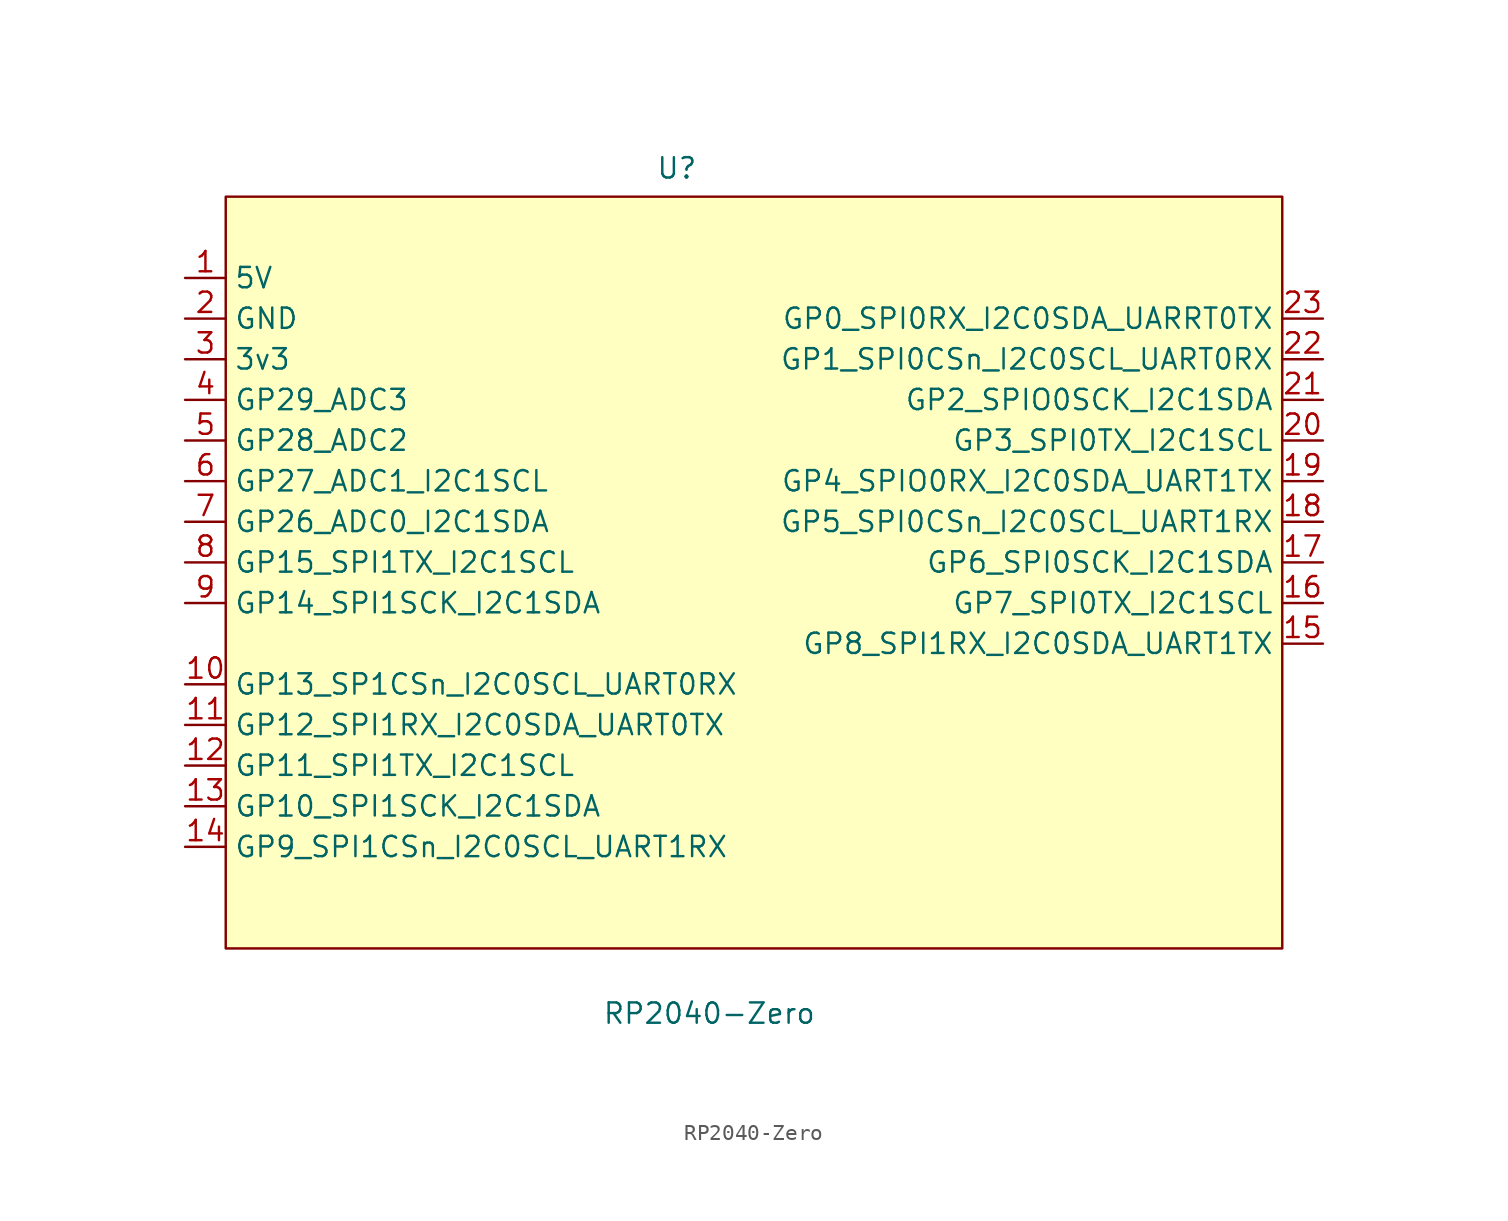
<source format=kicad_sym>
(kicad_symbol_lib
  (version 20231120)
  (generator "kicad_symbol_editor")
  (generator_version "8.0")
  (symbol "RP2040-Zero"
    (property "Reference" "U"
      (at -2.286 24.638 0)
      (effects (font (size 1.27 1.27))))
    (property "Value" "RP2040-Zero"
      (at -0.254 -28.194 0)
      (effects (font (size 1.27 1.27))))
    (symbol "RP2040-Zero_1_1"
      (rectangle (start -30.48 22.86) (end 35.56 -24.13) (stroke (width 0) (type default)) (fill (type background)))
      (pin power_in line (at -33.02 17.78 0) (length 2.54) (name "5V" (effects (font (size 1.27 1.27)))) (number "1" (effects (font (size 1.27 1.27)))))
      (pin bidirectional line (at -33.02 -7.62 0) (length 2.54) (name "GP13_SP1CSn_I2C0SCL_UART0RX" (effects (font (size 1.27 1.27)))) (number "10" (effects (font (size 1.27 1.27)))))
      (pin bidirectional line (at -33.02 -10.16 0) (length 2.54) (name "GP12_SPI1RX_I2C0SDA_UART0TX" (effects (font (size 1.27 1.27)))) (number "11" (effects (font (size 1.27 1.27)))))
      (pin bidirectional line (at -33.02 -12.7 0) (length 2.54) (name "GP11_SPI1TX_I2C1SCL" (effects (font (size 1.27 1.27)))) (number "12" (effects (font (size 1.27 1.27)))))
      (pin bidirectional line (at -33.02 -15.24 0) (length 2.54) (name "GP10_SPI1SCK_I2C1SDA" (effects (font (size 1.27 1.27)))) (number "13" (effects (font (size 1.27 1.27)))))
      (pin bidirectional line (at -33.02 -17.78 0) (length 2.54) (name "GP9_SPI1CSn_I2C0SCL_UART1RX" (effects (font (size 1.27 1.27)))) (number "14" (effects (font (size 1.27 1.27)))))
      (pin bidirectional line (at 38.1 -5.08 180) (length 2.54) (name "GP8_SPI1RX_I2C0SDA_UART1TX" (effects (font (size 1.27 1.27)))) (number "15" (effects (font (size 1.27 1.27)))))
      (pin bidirectional line (at 38.1 -2.54 180) (length 2.54) (name "GP7_SPI0TX_I2C1SCL" (effects (font (size 1.27 1.27)))) (number "16" (effects (font (size 1.27 1.27)))))
      (pin bidirectional line (at 38.1 0 180) (length 2.54) (name "GP6_SPI0SCK_I2C1SDA" (effects (font (size 1.27 1.27)))) (number "17" (effects (font (size 1.27 1.27)))))
      (pin bidirectional line (at 38.1 2.54 180) (length 2.54) (name "GP5_SPI0CSn_I2C0SCL_UART1RX" (effects (font (size 1.27 1.27)))) (number "18" (effects (font (size 1.27 1.27)))))
      (pin bidirectional line (at 38.1 5.08 180) (length 2.54) (name "GP4_SPIO0RX_I2C0SDA_UART1TX" (effects (font (size 1.27 1.27)))) (number "19" (effects (font (size 1.27 1.27)))))
      (pin power_in line (at -33.02 15.24 0) (length 2.54) (name "GND" (effects (font (size 1.27 1.27)))) (number "2" (effects (font (size 1.27 1.27)))))
      (pin bidirectional line (at 38.1 7.62 180) (length 2.54) (name "GP3_SPI0TX_I2C1SCL" (effects (font (size 1.27 1.27)))) (number "20" (effects (font (size 1.27 1.27)))))
      (pin bidirectional line (at 38.1 10.16 180) (length 2.54) (name "GP2_SPIO0SCK_I2C1SDA" (effects (font (size 1.27 1.27)))) (number "21" (effects (font (size 1.27 1.27)))))
      (pin bidirectional line (at 38.1 12.7 180) (length 2.54) (name "GP1_SPI0CSn_I2C0SCL_UART0RX" (effects (font (size 1.27 1.27)))) (number "22" (effects (font (size 1.27 1.27)))))
      (pin bidirectional line (at 38.1 15.24 180) (length 2.54) (name "GP0_SPI0RX_I2C0SDA_UARRT0TX" (effects (font (size 1.27 1.27)))) (number "23" (effects (font (size 1.27 1.27)))))
      (pin power_in line (at -33.02 12.7 0) (length 2.54) (name "3v3" (effects (font (size 1.27 1.27)))) (number "3" (effects (font (size 1.27 1.27)))))
      (pin bidirectional line (at -33.02 10.16 0) (length 2.54) (name "GP29_ADC3" (effects (font (size 1.27 1.27)))) (number "4" (effects (font (size 1.27 1.27)))))
      (pin bidirectional line (at -33.02 7.62 0) (length 2.54) (name "GP28_ADC2" (effects (font (size 1.27 1.27)))) (number "5" (effects (font (size 1.27 1.27)))))
      (pin bidirectional line (at -33.02 5.08 0) (length 2.54) (name "GP27_ADC1_I2C1SCL" (effects (font (size 1.27 1.27)))) (number "6" (effects (font (size 1.27 1.27)))))
      (pin bidirectional line (at -33.02 2.54 0) (length 2.54) (name "GP26_ADC0_I2C1SDA" (effects (font (size 1.27 1.27)))) (number "7" (effects (font (size 1.27 1.27)))))
      (pin bidirectional line (at -33.02 0 0) (length 2.54) (name "GP15_SPI1TX_I2C1SCL" (effects (font (size 1.27 1.27)))) (number "8" (effects (font (size 1.27 1.27)))))
      (pin bidirectional line (at -33.02 -2.54 0) (length 2.54) (name "GP14_SPI1SCK_I2C1SDA" (effects (font (size 1.27 1.27)))) (number "9" (effects (font (size 1.27 1.27))))))))
</source>
